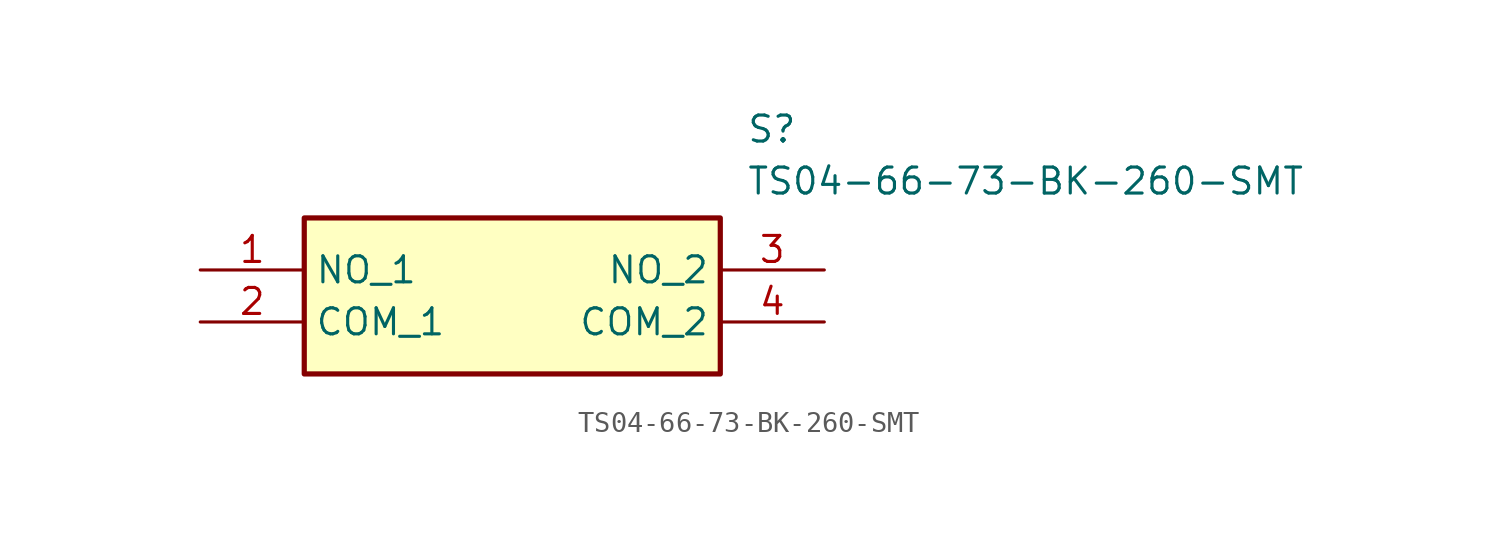
<source format=kicad_sym>
(kicad_symbol_lib
  (version 20211014)
  (generator SamacSys_ECAD_Model)
  (symbol "TS04-66-73-BK-260-SMT"
    (property "Reference" "S"
      (at 26.67 7.62 0)
      (effects (font (size 1.27 1.27)) (justify left top)))
    (property "Value" "TS04-66-73-BK-260-SMT"
      (at 26.67 5.08 0)
      (effects (font (size 1.27 1.27)) (justify left top)))
    (rectangle
      (start 5.08 2.54)
      (end 25.4 -5.08)
      (stroke (width 0.254) (type default))
      (fill (type background)))
    (pin passive line
      (at 0 0 0)
      (length 5.08)
      (name "NO_1" (effects (font (size 1.27 1.27))))
      (number "1" (effects (font (size 1.27 1.27)))))
    (pin passive line
      (at 0 -2.54 0)
      (length 5.08)
      (name "COM_1" (effects (font (size 1.27 1.27))))
      (number "2" (effects (font (size 1.27 1.27)))))
    (pin passive line
      (at 30.48 0 180)
      (length 5.08)
      (name "NO_2" (effects (font (size 1.27 1.27))))
      (number "3" (effects (font (size 1.27 1.27)))))
    (pin passive line
      (at 30.48 -2.54 180)
      (length 5.08)
      (name "COM_2" (effects (font (size 1.27 1.27))))
      (number "4" (effects (font (size 1.27 1.27)))))))
</source>
